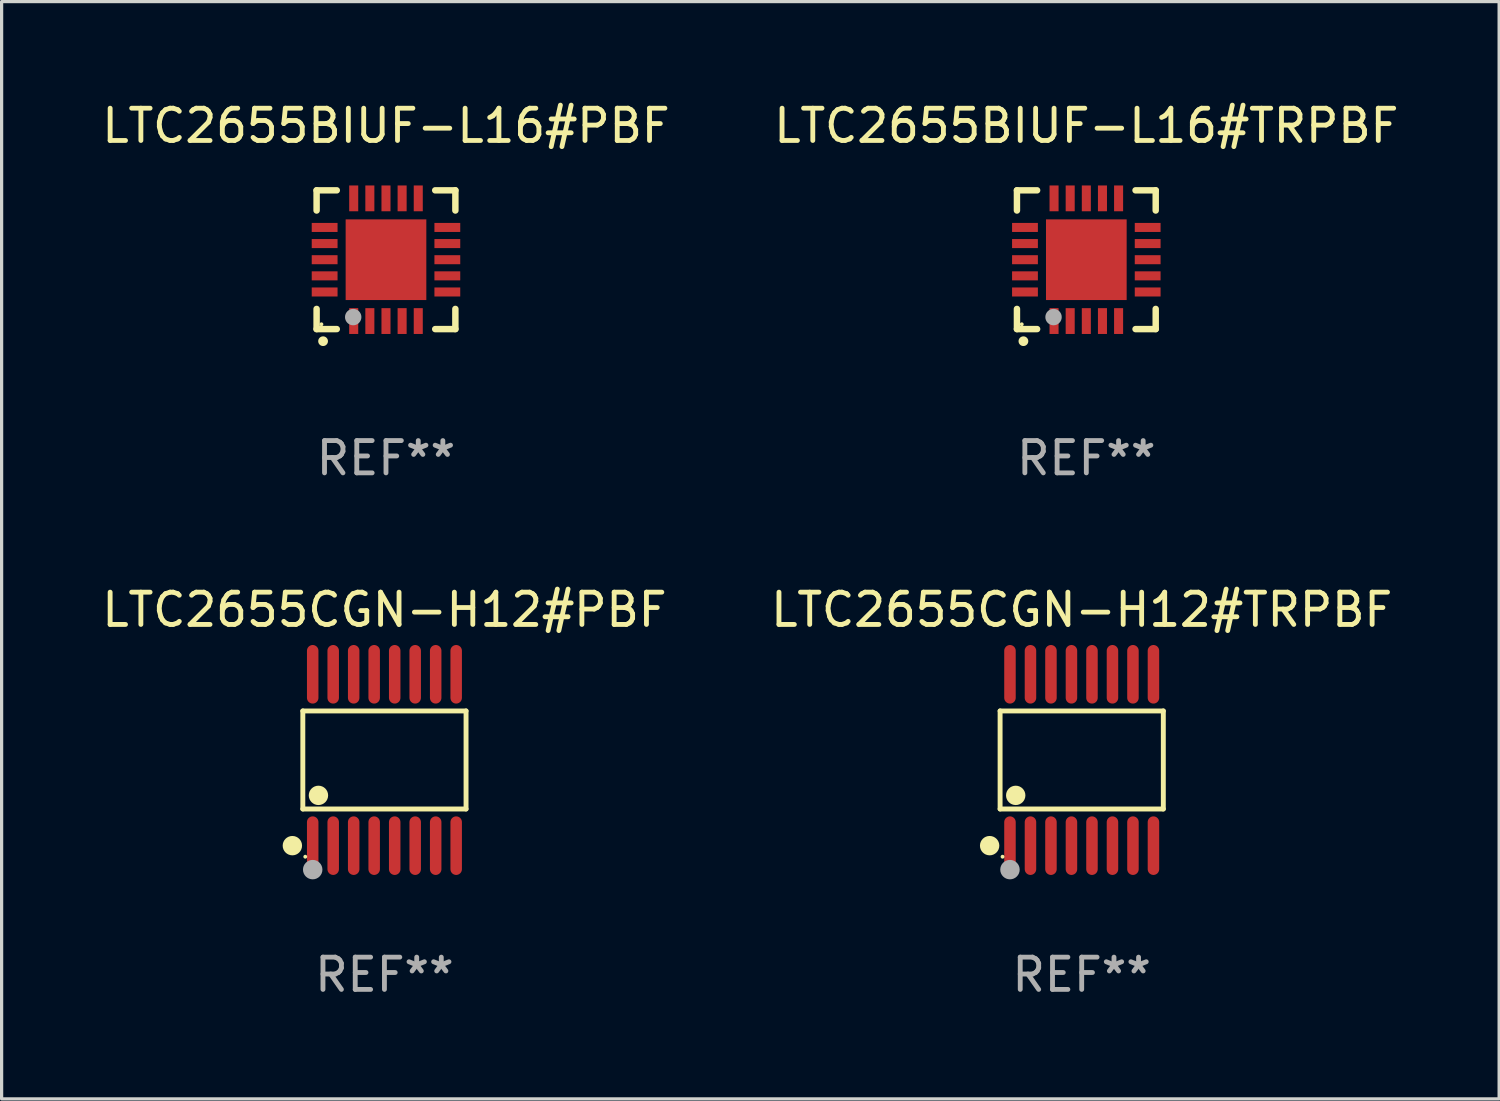
<source format=kicad_pcb>
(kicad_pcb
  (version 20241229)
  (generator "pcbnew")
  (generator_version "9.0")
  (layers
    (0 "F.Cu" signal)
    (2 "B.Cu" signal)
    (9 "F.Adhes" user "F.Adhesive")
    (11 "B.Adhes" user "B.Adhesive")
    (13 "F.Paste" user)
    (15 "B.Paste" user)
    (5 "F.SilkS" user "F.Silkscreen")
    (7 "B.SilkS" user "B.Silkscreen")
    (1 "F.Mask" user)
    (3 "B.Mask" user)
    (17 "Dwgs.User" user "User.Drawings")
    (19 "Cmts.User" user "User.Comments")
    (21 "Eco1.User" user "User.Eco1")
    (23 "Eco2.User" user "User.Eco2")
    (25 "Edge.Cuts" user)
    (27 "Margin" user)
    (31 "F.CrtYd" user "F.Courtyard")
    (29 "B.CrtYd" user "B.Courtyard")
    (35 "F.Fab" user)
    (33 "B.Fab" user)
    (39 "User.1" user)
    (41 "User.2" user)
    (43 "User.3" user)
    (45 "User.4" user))
  (footprint "LTC2655BIUF-L16#TRPBF"
    (layer "F.Cu")
    (at 30.613 4.998)
    (property "Reference" "LTC2655BIUF-L16#TRPBF" (at 0 -4.15 0) (layer "F.SilkS") (effects (font (size 1 1) (thickness 0.15))))
    (attr through_hole)
    (fp_line (start -2.15 -2.15) (end -2.15 -1.525) (stroke (width 0.2) (type solid)) (layer "F.SilkS"))
    (fp_line (start -2.15 2.15) (end -2.15 1.525) (stroke (width 0.2) (type solid)) (layer "F.SilkS"))
    (fp_line (start -1.525 -2.15) (end -2.15 -2.15) (stroke (width 0.2) (type solid)) (layer "F.SilkS"))
    (fp_line (start -1.525 2.15) (end -2.15 2.15) (stroke (width 0.2) (type solid)) (layer "F.SilkS"))
    (fp_line (start 1.525 2.15) (end 2.15 2.15) (stroke (width 0.2) (type solid)) (layer "F.SilkS"))
    (fp_line (start 2.15 -2.15) (end 1.525 -2.15) (stroke (width 0.2) (type solid)) (layer "F.SilkS"))
    (fp_line (start 2.15 -1.525) (end 2.15 -2.15) (stroke (width 0.2) (type solid)) (layer "F.SilkS"))
    (fp_line (start 2.15 2.15) (end 2.15 1.525) (stroke (width 0.2) (type solid)) (layer "F.SilkS"))
    (fp_arc (start -1.950724 2.524765) (mid -1.949454 2.52476) (end -1.948184 2.524765) (stroke (width 0.3) (type solid)) (layer "F.SilkS"))
    (fp_circle (center -2.001 2.001) (end -1.971 2.001) (stroke (width 0.06) (type solid)) (fill no) (layer "F.SilkS"))
    (fp_circle (center -1.016 1.778) (end -0.889 1.778) (stroke (width 0.254) (type solid)) (fill no) (layer "F.Fab"))
    (fp_text user "REF**" (at 0 6.15 0) (layer "F.Fab") (effects (font (size 1 1) (thickness 0.15))))
    (pad "1" smd rect (at -1 1.901) (size 0.28 0.8) (layers "F.Cu" "F.Mask" "F.Paste"))
    (pad "2" smd rect (at -0.5 1.901) (size 0.28 0.8) (layers "F.Cu" "F.Mask" "F.Paste"))
    (pad "3" smd rect (at 0 1.901) (size 0.28 0.8) (layers "F.Cu" "F.Mask" "F.Paste"))
    (pad "4" smd rect (at 0.5 1.901) (size 0.28 0.8) (layers "F.Cu" "F.Mask" "F.Paste"))
    (pad "5" smd rect (at 1 1.901) (size 0.28 0.8) (layers "F.Cu" "F.Mask" "F.Paste"))
    (pad "6" smd rect (at 1.901 1) (size 0.8 0.28) (layers "F.Cu" "F.Mask" "F.Paste"))
    (pad "7" smd rect (at 1.901 0.5) (size 0.8 0.28) (layers "F.Cu" "F.Mask" "F.Paste"))
    (pad "8" smd rect (at 1.901 0) (size 0.8 0.28) (layers "F.Cu" "F.Mask" "F.Paste"))
    (pad "9" smd rect (at 1.901 -0.5) (size 0.8 0.28) (layers "F.Cu" "F.Mask" "F.Paste"))
    (pad "10" smd rect (at 1.901 -1) (size 0.8 0.28) (layers "F.Cu" "F.Mask" "F.Paste"))
    (pad "11" smd rect (at 1 -1.901) (size 0.28 0.8) (layers "F.Cu" "F.Mask" "F.Paste"))
    (pad "12" smd rect (at 0.5 -1.901) (size 0.28 0.8) (layers "F.Cu" "F.Mask" "F.Paste"))
    (pad "13" smd rect (at 0 -1.901) (size 0.28 0.8) (layers "F.Cu" "F.Mask" "F.Paste"))
    (pad "14" smd rect (at -0.5 -1.901) (size 0.28 0.8) (layers "F.Cu" "F.Mask" "F.Paste"))
    (pad "15" smd rect (at -1 -1.901) (size 0.28 0.8) (layers "F.Cu" "F.Mask" "F.Paste"))
    (pad "16" smd rect (at -1.901 -1) (size 0.8 0.28) (layers "F.Cu" "F.Mask" "F.Paste"))
    (pad "17" smd rect (at -1.901 -0.5) (size 0.8 0.28) (layers "F.Cu" "F.Mask" "F.Paste"))
    (pad "18" smd rect (at -1.901 0) (size 0.8 0.28) (layers "F.Cu" "F.Mask" "F.Paste"))
    (pad "19" smd rect (at -1.901 0.5) (size 0.8 0.28) (layers "F.Cu" "F.Mask" "F.Paste"))
    (pad "20" smd rect (at -1.901 1) (size 0.8 0.28) (layers "F.Cu" "F.Mask" "F.Paste"))
    (pad "21" smd rect (at 0 0) (size 2.5 2.5) (layers "F.Cu" "F.Mask" "F.Paste")))
  (footprint "LTC2655BIUF-L16#PBF"
    (layer "F.Cu")
    (at 8.911 4.998)
    (property "Reference" "LTC2655BIUF-L16#PBF" (at 0 -4.15 0) (layer "F.SilkS") (effects (font (size 1 1) (thickness 0.15))))
    (attr through_hole)
    (fp_line (start -2.15 -2.15) (end -2.15 -1.525) (stroke (width 0.2) (type solid)) (layer "F.SilkS"))
    (fp_line (start -2.15 2.15) (end -2.15 1.525) (stroke (width 0.2) (type solid)) (layer "F.SilkS"))
    (fp_line (start -1.525 -2.15) (end -2.15 -2.15) (stroke (width 0.2) (type solid)) (layer "F.SilkS"))
    (fp_line (start -1.525 2.15) (end -2.15 2.15) (stroke (width 0.2) (type solid)) (layer "F.SilkS"))
    (fp_line (start 1.525 2.15) (end 2.15 2.15) (stroke (width 0.2) (type solid)) (layer "F.SilkS"))
    (fp_line (start 2.15 -2.15) (end 1.525 -2.15) (stroke (width 0.2) (type solid)) (layer "F.SilkS"))
    (fp_line (start 2.15 -1.525) (end 2.15 -2.15) (stroke (width 0.2) (type solid)) (layer "F.SilkS"))
    (fp_line (start 2.15 2.15) (end 2.15 1.525) (stroke (width 0.2) (type solid)) (layer "F.SilkS"))
    (fp_arc (start -1.950724 2.524765) (mid -1.949454 2.52476) (end -1.948184 2.524765) (stroke (width 0.3) (type solid)) (layer "F.SilkS"))
    (fp_circle (center -2.001 2.001) (end -1.971 2.001) (stroke (width 0.06) (type solid)) (fill no) (layer "F.SilkS"))
    (fp_circle (center -1.016 1.778) (end -0.889 1.778) (stroke (width 0.254) (type solid)) (fill no) (layer "F.Fab"))
    (fp_text user "REF**" (at 0 6.15 0) (layer "F.Fab") (effects (font (size 1 1) (thickness 0.15))))
    (pad "1" smd rect (at -1 1.901) (size 0.28 0.8) (layers "F.Cu" "F.Mask" "F.Paste"))
    (pad "2" smd rect (at -0.5 1.901) (size 0.28 0.8) (layers "F.Cu" "F.Mask" "F.Paste"))
    (pad "3" smd rect (at 0 1.901) (size 0.28 0.8) (layers "F.Cu" "F.Mask" "F.Paste"))
    (pad "4" smd rect (at 0.5 1.901) (size 0.28 0.8) (layers "F.Cu" "F.Mask" "F.Paste"))
    (pad "5" smd rect (at 1 1.901) (size 0.28 0.8) (layers "F.Cu" "F.Mask" "F.Paste"))
    (pad "6" smd rect (at 1.901 1) (size 0.8 0.28) (layers "F.Cu" "F.Mask" "F.Paste"))
    (pad "7" smd rect (at 1.901 0.5) (size 0.8 0.28) (layers "F.Cu" "F.Mask" "F.Paste"))
    (pad "8" smd rect (at 1.901 0) (size 0.8 0.28) (layers "F.Cu" "F.Mask" "F.Paste"))
    (pad "9" smd rect (at 1.901 -0.5) (size 0.8 0.28) (layers "F.Cu" "F.Mask" "F.Paste"))
    (pad "10" smd rect (at 1.901 -1) (size 0.8 0.28) (layers "F.Cu" "F.Mask" "F.Paste"))
    (pad "11" smd rect (at 1 -1.901) (size 0.28 0.8) (layers "F.Cu" "F.Mask" "F.Paste"))
    (pad "12" smd rect (at 0.5 -1.901) (size 0.28 0.8) (layers "F.Cu" "F.Mask" "F.Paste"))
    (pad "13" smd rect (at 0 -1.901) (size 0.28 0.8) (layers "F.Cu" "F.Mask" "F.Paste"))
    (pad "14" smd rect (at -0.5 -1.901) (size 0.28 0.8) (layers "F.Cu" "F.Mask" "F.Paste"))
    (pad "15" smd rect (at -1 -1.901) (size 0.28 0.8) (layers "F.Cu" "F.Mask" "F.Paste"))
    (pad "16" smd rect (at -1.901 -1) (size 0.8 0.28) (layers "F.Cu" "F.Mask" "F.Paste"))
    (pad "17" smd rect (at -1.901 -0.5) (size 0.8 0.28) (layers "F.Cu" "F.Mask" "F.Paste"))
    (pad "18" smd rect (at -1.901 0) (size 0.8 0.28) (layers "F.Cu" "F.Mask" "F.Paste"))
    (pad "19" smd rect (at -1.901 0.5) (size 0.8 0.28) (layers "F.Cu" "F.Mask" "F.Paste"))
    (pad "20" smd rect (at -1.901 1) (size 0.8 0.28) (layers "F.Cu" "F.Mask" "F.Paste"))
    (pad "21" smd rect (at 0 0) (size 2.5 2.5) (layers "F.Cu" "F.Mask" "F.Paste")))
  (footprint "LTC2655CGN-H12#TRPBF"
    (layer "F.Cu")
    (at 30.47 20.5)
    (property "Reference" "LTC2655CGN-H12#TRPBF" (at 0 -4.655 0) (layer "F.SilkS") (effects (font (size 1 1) (thickness 0.15))))
    (attr through_hole)
    (fp_line (start -2.529 -1.519) (end 2.529 -1.519) (stroke (width 0.152) (type solid)) (layer "F.SilkS"))
    (fp_line (start -2.529 1.519) (end -2.529 -1.519) (stroke (width 0.152) (type solid)) (layer "F.SilkS"))
    (fp_line (start 2.529 -1.519) (end 2.529 1.519) (stroke (width 0.152) (type solid)) (layer "F.SilkS"))
    (fp_line (start 2.529 1.519) (end -2.529 1.519) (stroke (width 0.152) (type solid)) (layer "F.SilkS"))
    (fp_circle (center -2.853 2.655) (end -2.703 2.655) (stroke (width 0.3) (type solid)) (fill no) (layer "F.SilkS"))
    (fp_circle (center -2.453 2.998) (end -2.423 2.998) (stroke (width 0.06) (type solid)) (fill no) (layer "F.SilkS"))
    (fp_circle (center -2.045 1.097) (end -1.895 1.097) (stroke (width 0.3) (type solid)) (fill no) (layer "F.SilkS"))
    (fp_circle (center -2.223 3.398) (end -2.072 3.398) (stroke (width 0.3) (type solid)) (fill no) (layer "F.Fab"))
    (fp_text user "REF**" (at 0 6.655 0) (layer "F.Fab") (effects (font (size 1 1) (thickness 0.15))))
    (pad "1" smd oval (at -2.223 2.655) (size 0.356 1.815) (layers "F.Cu" "F.Mask" "F.Paste"))
    (pad "2" smd oval (at -1.588 2.655) (size 0.356 1.815) (layers "F.Cu" "F.Mask" "F.Paste"))
    (pad "3" smd oval (at -0.953 2.655) (size 0.356 1.815) (layers "F.Cu" "F.Mask" "F.Paste"))
    (pad "4" smd oval (at -0.318 2.655) (size 0.356 1.815) (layers "F.Cu" "F.Mask" "F.Paste"))
    (pad "5" smd oval (at 0.318 2.655) (size 0.356 1.815) (layers "F.Cu" "F.Mask" "F.Paste"))
    (pad "6" smd oval (at 0.953 2.655) (size 0.356 1.815) (layers "F.Cu" "F.Mask" "F.Paste"))
    (pad "7" smd oval (at 1.588 2.655) (size 0.356 1.815) (layers "F.Cu" "F.Mask" "F.Paste"))
    (pad "8" smd oval (at 2.223 2.655) (size 0.356 1.815) (layers "F.Cu" "F.Mask" "F.Paste"))
    (pad "9" smd oval (at 2.223 -2.655) (size 0.356 1.815) (layers "F.Cu" "F.Mask" "F.Paste"))
    (pad "10" smd oval (at 1.588 -2.655) (size 0.356 1.815) (layers "F.Cu" "F.Mask" "F.Paste"))
    (pad "11" smd oval (at 0.953 -2.655) (size 0.356 1.815) (layers "F.Cu" "F.Mask" "F.Paste"))
    (pad "12" smd oval (at 0.318 -2.655) (size 0.356 1.815) (layers "F.Cu" "F.Mask" "F.Paste"))
    (pad "13" smd oval (at -0.318 -2.655) (size 0.356 1.815) (layers "F.Cu" "F.Mask" "F.Paste"))
    (pad "14" smd oval (at -0.953 -2.655) (size 0.356 1.815) (layers "F.Cu" "F.Mask" "F.Paste"))
    (pad "15" smd oval (at -1.588 -2.655) (size 0.356 1.815) (layers "F.Cu" "F.Mask" "F.Paste"))
    (pad "16" smd oval (at -2.223 -2.655) (size 0.356 1.815) (layers "F.Cu" "F.Mask" "F.Paste")))
  (footprint "LTC2655CGN-H12#PBF"
    (layer "F.Cu")
    (at 8.863 20.5)
    (property "Reference" "LTC2655CGN-H12#PBF" (at 0 -4.655 0) (layer "F.SilkS") (effects (font (size 1 1) (thickness 0.15))))
    (attr through_hole)
    (fp_line (start -2.529 -1.519) (end 2.529 -1.519) (stroke (width 0.152) (type solid)) (layer "F.SilkS"))
    (fp_line (start -2.529 1.519) (end -2.529 -1.519) (stroke (width 0.152) (type solid)) (layer "F.SilkS"))
    (fp_line (start 2.529 -1.519) (end 2.529 1.519) (stroke (width 0.152) (type solid)) (layer "F.SilkS"))
    (fp_line (start 2.529 1.519) (end -2.529 1.519) (stroke (width 0.152) (type solid)) (layer "F.SilkS"))
    (fp_circle (center -2.853 2.655) (end -2.703 2.655) (stroke (width 0.3) (type solid)) (fill no) (layer "F.SilkS"))
    (fp_circle (center -2.453 2.998) (end -2.423 2.998) (stroke (width 0.06) (type solid)) (fill no) (layer "F.SilkS"))
    (fp_circle (center -2.045 1.097) (end -1.895 1.097) (stroke (width 0.3) (type solid)) (fill no) (layer "F.SilkS"))
    (fp_circle (center -2.223 3.398) (end -2.072 3.398) (stroke (width 0.3) (type solid)) (fill no) (layer "F.Fab"))
    (fp_text user "REF**" (at 0 6.655 0) (layer "F.Fab") (effects (font (size 1 1) (thickness 0.15))))
    (pad "1" smd oval (at -2.223 2.655) (size 0.356 1.815) (layers "F.Cu" "F.Mask" "F.Paste"))
    (pad "2" smd oval (at -1.588 2.655) (size 0.356 1.815) (layers "F.Cu" "F.Mask" "F.Paste"))
    (pad "3" smd oval (at -0.953 2.655) (size 0.356 1.815) (layers "F.Cu" "F.Mask" "F.Paste"))
    (pad "4" smd oval (at -0.318 2.655) (size 0.356 1.815) (layers "F.Cu" "F.Mask" "F.Paste"))
    (pad "5" smd oval (at 0.318 2.655) (size 0.356 1.815) (layers "F.Cu" "F.Mask" "F.Paste"))
    (pad "6" smd oval (at 0.953 2.655) (size 0.356 1.815) (layers "F.Cu" "F.Mask" "F.Paste"))
    (pad "7" smd oval (at 1.588 2.655) (size 0.356 1.815) (layers "F.Cu" "F.Mask" "F.Paste"))
    (pad "8" smd oval (at 2.223 2.655) (size 0.356 1.815) (layers "F.Cu" "F.Mask" "F.Paste"))
    (pad "9" smd oval (at 2.223 -2.655) (size 0.356 1.815) (layers "F.Cu" "F.Mask" "F.Paste"))
    (pad "10" smd oval (at 1.588 -2.655) (size 0.356 1.815) (layers "F.Cu" "F.Mask" "F.Paste"))
    (pad "11" smd oval (at 0.953 -2.655) (size 0.356 1.815) (layers "F.Cu" "F.Mask" "F.Paste"))
    (pad "12" smd oval (at 0.318 -2.655) (size 0.356 1.815) (layers "F.Cu" "F.Mask" "F.Paste"))
    (pad "13" smd oval (at -0.318 -2.655) (size 0.356 1.815) (layers "F.Cu" "F.Mask" "F.Paste"))
    (pad "14" smd oval (at -0.953 -2.655) (size 0.356 1.815) (layers "F.Cu" "F.Mask" "F.Paste"))
    (pad "15" smd oval (at -1.588 -2.655) (size 0.356 1.815) (layers "F.Cu" "F.Mask" "F.Paste"))
    (pad "16" smd oval (at -2.223 -2.655) (size 0.356 1.815) (layers "F.Cu" "F.Mask" "F.Paste")))
  (gr_rect
    (start -3 -3)
    (end 43.405 31.003)
    (stroke (width 0.1) (type default))
    (fill no)
    (layer "Edge.Cuts")))
</source>
